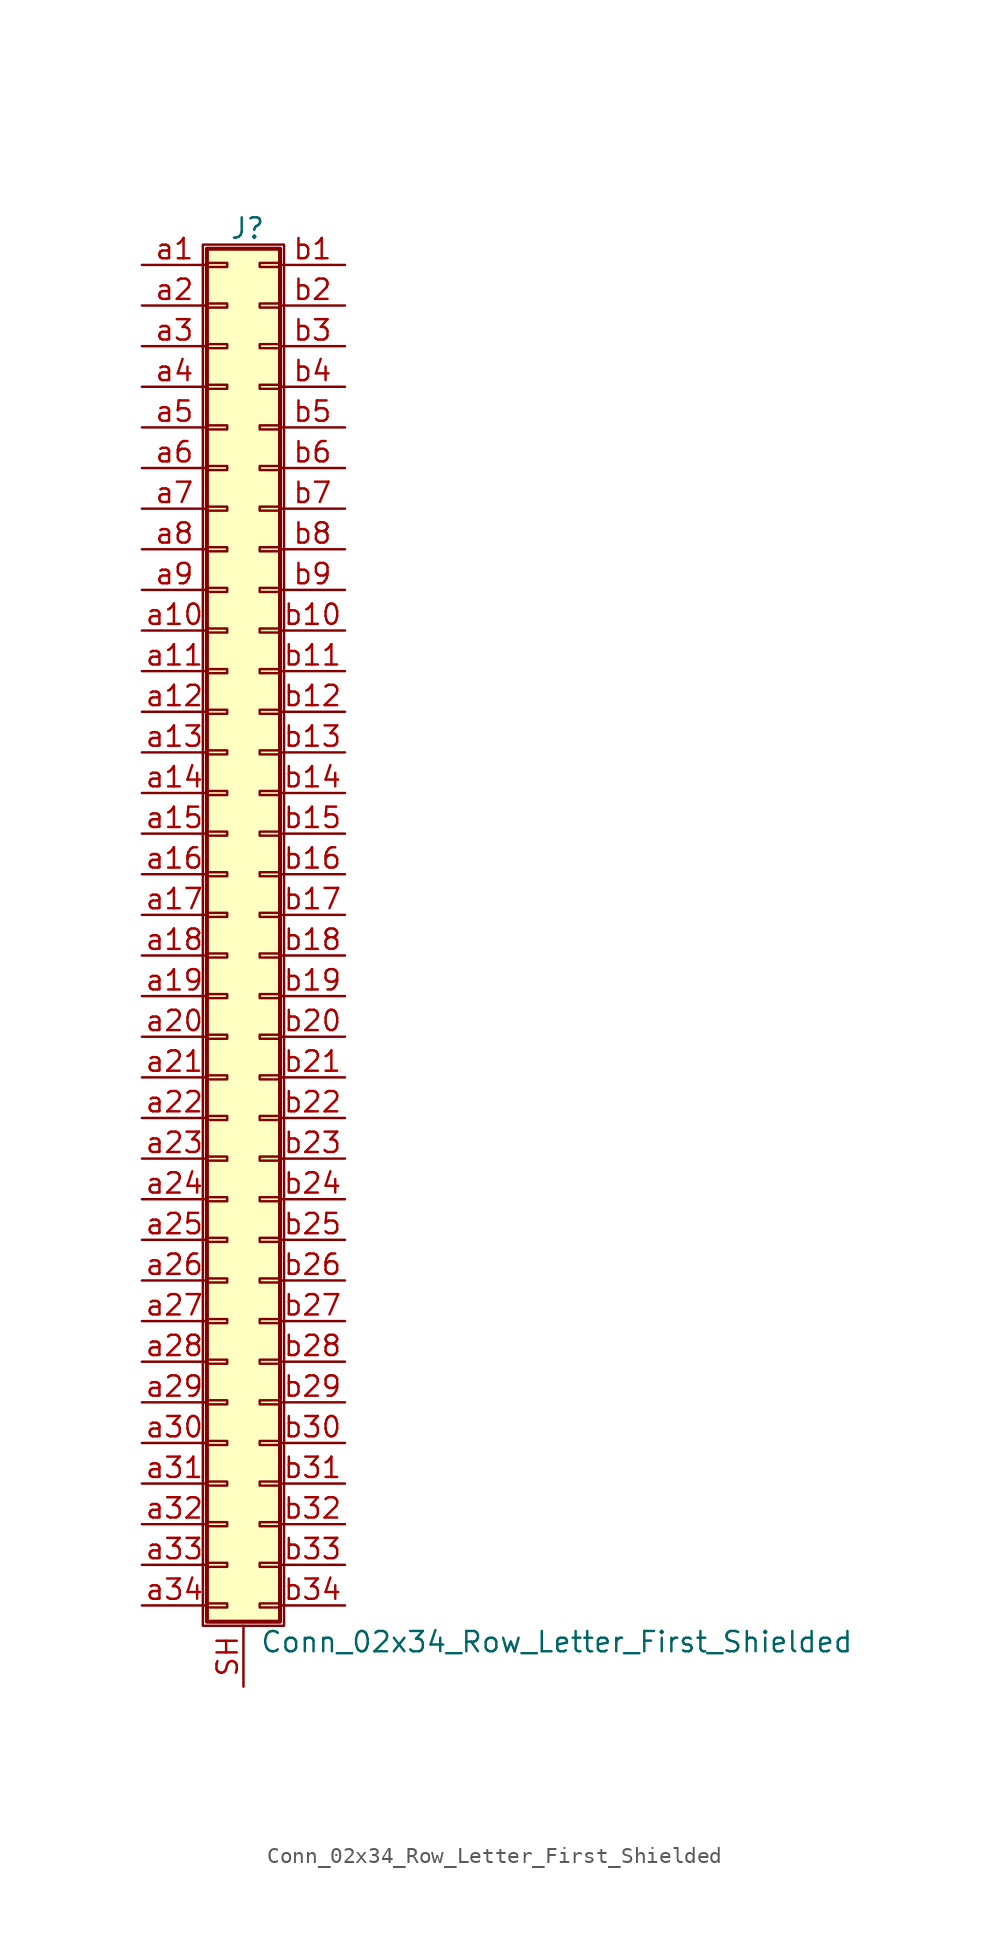
<source format=kicad_sym>
(kicad_symbol_lib
  (version 20201005)
  (generator kicad_symbol_editor)
  (symbol "Conn_02x34_Row_Letter_First_Shielded"
    (pin_names
      (offset 1.016) hide)
    (property "Reference" "J"
      (at 1.524 42.926 0)
      (effects (font (size 1.27 1.27))))
    (property "Value" "Conn_02x34_Row_Letter_First_Shielded"
      (at 2.286 -45.466 0)
      (effects (font (size 1.27 1.27)) (justify left)))
    (symbol "Conn_02x34_Row_Letter_First_Shielded_1_1"
      (rectangle (start -1.27 41.91) (end 3.81 -44.45) (stroke (width 0.152)) (fill (type none)))
      (rectangle (start -1.016 -43.053) (end 0.254 -43.307) (stroke (width 0.152)) (fill (type none)))
      (rectangle (start -1.016 -40.513) (end 0.254 -40.767) (stroke (width 0.152)) (fill (type none)))
      (rectangle (start -1.016 -37.973) (end 0.254 -38.227) (stroke (width 0.152)) (fill (type none)))
      (rectangle (start -1.016 -35.433) (end 0.254 -35.687) (stroke (width 0.152)) (fill (type none)))
      (rectangle (start -1.016 -32.893) (end 0.254 -33.147) (stroke (width 0.152)) (fill (type none)))
      (rectangle (start -1.016 -30.353) (end 0.254 -30.607) (stroke (width 0.152)) (fill (type none)))
      (rectangle (start -1.016 -27.813) (end 0.254 -28.067) (stroke (width 0.152)) (fill (type none)))
      (rectangle (start -1.016 -25.273) (end 0.254 -25.527) (stroke (width 0.152)) (fill (type none)))
      (rectangle (start -1.016 -22.733) (end 0.254 -22.987) (stroke (width 0.152)) (fill (type none)))
      (rectangle (start -1.016 -20.193) (end 0.254 -20.447) (stroke (width 0.152)) (fill (type none)))
      (rectangle (start -1.016 -17.653) (end 0.254 -17.907) (stroke (width 0.152)) (fill (type none)))
      (rectangle (start -1.016 -15.113) (end 0.254 -15.367) (stroke (width 0.152)) (fill (type none)))
      (rectangle (start -1.016 -12.573) (end 0.254 -12.827) (stroke (width 0.152)) (fill (type none)))
      (rectangle (start -1.016 -10.033) (end 0.254 -10.287) (stroke (width 0.152)) (fill (type none)))
      (rectangle (start -1.016 -7.493) (end 0.254 -7.747) (stroke (width 0.152)) (fill (type none)))
      (rectangle (start -1.016 -4.953) (end 0.254 -5.207) (stroke (width 0.152)) (fill (type none)))
      (rectangle (start -1.016 -2.413) (end 0.254 -2.667) (stroke (width 0.152)) (fill (type none)))
      (rectangle (start -1.016 0.127) (end 0.254 -0.127) (stroke (width 0.152)) (fill (type none)))
      (rectangle (start -1.016 2.667) (end 0.254 2.413) (stroke (width 0.152)) (fill (type none)))
      (rectangle (start -1.016 5.207) (end 0.254 4.953) (stroke (width 0.152)) (fill (type none)))
      (rectangle (start -1.016 7.747) (end 0.254 7.493) (stroke (width 0.152)) (fill (type none)))
      (rectangle (start -1.016 10.287) (end 0.254 10.033) (stroke (width 0.152)) (fill (type none)))
      (rectangle (start -1.016 12.827) (end 0.254 12.573) (stroke (width 0.152)) (fill (type none)))
      (rectangle (start -1.016 15.367) (end 0.254 15.113) (stroke (width 0.152)) (fill (type none)))
      (rectangle (start -1.016 17.907) (end 0.254 17.653) (stroke (width 0.152)) (fill (type none)))
      (rectangle (start -1.016 20.447) (end 0.254 20.193) (stroke (width 0.152)) (fill (type none)))
      (rectangle (start -1.016 22.987) (end 0.254 22.733) (stroke (width 0.152)) (fill (type none)))
      (rectangle (start -1.016 25.527) (end 0.254 25.273) (stroke (width 0.152)) (fill (type none)))
      (rectangle (start -1.016 28.067) (end 0.254 27.813) (stroke (width 0.152)) (fill (type none)))
      (rectangle (start -1.016 30.607) (end 0.254 30.353) (stroke (width 0.152)) (fill (type none)))
      (rectangle (start -1.016 33.147) (end 0.254 32.893) (stroke (width 0.152)) (fill (type none)))
      (rectangle (start -1.016 35.687) (end 0.254 35.433) (stroke (width 0.152)) (fill (type none)))
      (rectangle (start -1.016 38.227) (end 0.254 37.973) (stroke (width 0.152)) (fill (type none)))
      (rectangle (start -1.016 40.767) (end 0.254 40.513) (stroke (width 0.152)) (fill (type none)))
      (rectangle (start 3.556 -43.053) (end 2.286 -43.307) (stroke (width 0.152)) (fill (type none)))
      (rectangle (start 3.556 -40.513) (end 2.286 -40.767) (stroke (width 0.152)) (fill (type none)))
      (rectangle (start 3.556 -37.973) (end 2.286 -38.227) (stroke (width 0.152)) (fill (type none)))
      (rectangle (start 3.556 -35.433) (end 2.286 -35.687) (stroke (width 0.152)) (fill (type none)))
      (rectangle (start 3.556 -32.893) (end 2.286 -33.147) (stroke (width 0.152)) (fill (type none)))
      (rectangle (start 3.556 -30.353) (end 2.286 -30.607) (stroke (width 0.152)) (fill (type none)))
      (rectangle (start 3.556 -27.813) (end 2.286 -28.067) (stroke (width 0.152)) (fill (type none)))
      (rectangle (start 3.556 -25.273) (end 2.286 -25.527) (stroke (width 0.152)) (fill (type none)))
      (rectangle (start 3.556 -22.733) (end 2.286 -22.987) (stroke (width 0.152)) (fill (type none)))
      (rectangle (start 3.556 -20.193) (end 2.286 -20.447) (stroke (width 0.152)) (fill (type none)))
      (rectangle (start 3.556 -17.653) (end 2.286 -17.907) (stroke (width 0.152)) (fill (type none)))
      (rectangle (start 3.556 -15.113) (end 2.286 -15.367) (stroke (width 0.152)) (fill (type none)))
      (rectangle (start 3.556 -12.573) (end 2.286 -12.827) (stroke (width 0.152)) (fill (type none)))
      (rectangle (start 3.556 -10.033) (end 2.286 -10.287) (stroke (width 0.152)) (fill (type none)))
      (rectangle (start 3.556 -7.493) (end 2.286 -7.747) (stroke (width 0.152)) (fill (type none)))
      (rectangle (start 3.556 -4.953) (end 2.286 -5.207) (stroke (width 0.152)) (fill (type none)))
      (rectangle (start 3.556 -2.413) (end 2.286 -2.667) (stroke (width 0.152)) (fill (type none)))
      (rectangle (start 3.556 0.127) (end 2.286 -0.127) (stroke (width 0.152)) (fill (type none)))
      (rectangle (start 3.556 2.667) (end 2.286 2.413) (stroke (width 0.152)) (fill (type none)))
      (rectangle (start 3.556 5.207) (end 2.286 4.953) (stroke (width 0.152)) (fill (type none)))
      (rectangle (start 3.556 7.747) (end 2.286 7.493) (stroke (width 0.152)) (fill (type none)))
      (rectangle (start 3.556 10.287) (end 2.286 10.033) (stroke (width 0.152)) (fill (type none)))
      (rectangle (start 3.556 12.827) (end 2.286 12.573) (stroke (width 0.152)) (fill (type none)))
      (rectangle (start 3.556 15.367) (end 2.286 15.113) (stroke (width 0.152)) (fill (type none)))
      (rectangle (start 3.556 17.907) (end 2.286 17.653) (stroke (width 0.152)) (fill (type none)))
      (rectangle (start 3.556 20.447) (end 2.286 20.193) (stroke (width 0.152)) (fill (type none)))
      (rectangle (start 3.556 22.987) (end 2.286 22.733) (stroke (width 0.152)) (fill (type none)))
      (rectangle (start 3.556 25.527) (end 2.286 25.273) (stroke (width 0.152)) (fill (type none)))
      (rectangle (start 3.556 28.067) (end 2.286 27.813) (stroke (width 0.152)) (fill (type none)))
      (rectangle (start 3.556 30.607) (end 2.286 30.353) (stroke (width 0.152)) (fill (type none)))
      (rectangle (start 3.556 33.147) (end 2.286 32.893) (stroke (width 0.152)) (fill (type none)))
      (rectangle (start 3.556 35.687) (end 2.286 35.433) (stroke (width 0.152)) (fill (type none)))
      (rectangle (start 3.556 38.227) (end 2.286 37.973) (stroke (width 0.152)) (fill (type none)))
      (rectangle (start 3.556 40.767) (end 2.286 40.513) (stroke (width 0.152)) (fill (type none)))
      (rectangle (start -1.016 41.656) (end 3.556 -44.196) (stroke (width 0.254)) (fill (type background)))
      (pin passive line (at 1.27 -48.26 90) (length 3.81) (name "Shield" (effects (font (size 1.27 1.27)))) (number "SH" (effects (font (size 1.27 1.27)))))
      (pin passive line (at -5.08 40.64 0) (length 4.064) (name "Pin_a1" (effects (font (size 1.27 1.27)))) (number "a1" (effects (font (size 1.27 1.27)))))
      (pin passive line (at -5.08 17.78 0) (length 4.064) (name "Pin_a10" (effects (font (size 1.27 1.27)))) (number "a10" (effects (font (size 1.27 1.27)))))
      (pin passive line (at -5.08 15.24 0) (length 4.064) (name "Pin_a11" (effects (font (size 1.27 1.27)))) (number "a11" (effects (font (size 1.27 1.27)))))
      (pin passive line (at -5.08 12.7 0) (length 4.064) (name "Pin_a12" (effects (font (size 1.27 1.27)))) (number "a12" (effects (font (size 1.27 1.27)))))
      (pin passive line (at -5.08 10.16 0) (length 4.064) (name "Pin_a13" (effects (font (size 1.27 1.27)))) (number "a13" (effects (font (size 1.27 1.27)))))
      (pin passive line (at -5.08 7.62 0) (length 4.064) (name "Pin_a14" (effects (font (size 1.27 1.27)))) (number "a14" (effects (font (size 1.27 1.27)))))
      (pin passive line (at -5.08 5.08 0) (length 4.064) (name "Pin_a15" (effects (font (size 1.27 1.27)))) (number "a15" (effects (font (size 1.27 1.27)))))
      (pin passive line (at -5.08 2.54 0) (length 4.064) (name "Pin_a16" (effects (font (size 1.27 1.27)))) (number "a16" (effects (font (size 1.27 1.27)))))
      (pin passive line (at -5.08 0 0) (length 4.064) (name "Pin_a17" (effects (font (size 1.27 1.27)))) (number "a17" (effects (font (size 1.27 1.27)))))
      (pin passive line (at -5.08 -2.54 0) (length 4.064) (name "Pin_a18" (effects (font (size 1.27 1.27)))) (number "a18" (effects (font (size 1.27 1.27)))))
      (pin passive line (at -5.08 -5.08 0) (length 4.064) (name "Pin_a19" (effects (font (size 1.27 1.27)))) (number "a19" (effects (font (size 1.27 1.27)))))
      (pin passive line (at -5.08 38.1 0) (length 4.064) (name "Pin_a2" (effects (font (size 1.27 1.27)))) (number "a2" (effects (font (size 1.27 1.27)))))
      (pin passive line (at -5.08 -7.62 0) (length 4.064) (name "Pin_a20" (effects (font (size 1.27 1.27)))) (number "a20" (effects (font (size 1.27 1.27)))))
      (pin passive line (at -5.08 -10.16 0) (length 4.064) (name "Pin_a21" (effects (font (size 1.27 1.27)))) (number "a21" (effects (font (size 1.27 1.27)))))
      (pin passive line (at -5.08 -12.7 0) (length 4.064) (name "Pin_a22" (effects (font (size 1.27 1.27)))) (number "a22" (effects (font (size 1.27 1.27)))))
      (pin passive line (at -5.08 -15.24 0) (length 4.064) (name "Pin_a23" (effects (font (size 1.27 1.27)))) (number "a23" (effects (font (size 1.27 1.27)))))
      (pin passive line (at -5.08 -17.78 0) (length 4.064) (name "Pin_a24" (effects (font (size 1.27 1.27)))) (number "a24" (effects (font (size 1.27 1.27)))))
      (pin passive line (at -5.08 -20.32 0) (length 4.064) (name "Pin_a25" (effects (font (size 1.27 1.27)))) (number "a25" (effects (font (size 1.27 1.27)))))
      (pin passive line (at -5.08 -22.86 0) (length 4.064) (name "Pin_a26" (effects (font (size 1.27 1.27)))) (number "a26" (effects (font (size 1.27 1.27)))))
      (pin passive line (at -5.08 -25.4 0) (length 4.064) (name "Pin_a27" (effects (font (size 1.27 1.27)))) (number "a27" (effects (font (size 1.27 1.27)))))
      (pin passive line (at -5.08 -27.94 0) (length 4.064) (name "Pin_a28" (effects (font (size 1.27 1.27)))) (number "a28" (effects (font (size 1.27 1.27)))))
      (pin passive line (at -5.08 -30.48 0) (length 4.064) (name "Pin_a29" (effects (font (size 1.27 1.27)))) (number "a29" (effects (font (size 1.27 1.27)))))
      (pin passive line (at -5.08 35.56 0) (length 4.064) (name "Pin_a3" (effects (font (size 1.27 1.27)))) (number "a3" (effects (font (size 1.27 1.27)))))
      (pin passive line (at -5.08 -33.02 0) (length 4.064) (name "Pin_a30" (effects (font (size 1.27 1.27)))) (number "a30" (effects (font (size 1.27 1.27)))))
      (pin passive line (at -5.08 -35.56 0) (length 4.064) (name "Pin_a31" (effects (font (size 1.27 1.27)))) (number "a31" (effects (font (size 1.27 1.27)))))
      (pin passive line (at -5.08 -38.1 0) (length 4.064) (name "Pin_a32" (effects (font (size 1.27 1.27)))) (number "a32" (effects (font (size 1.27 1.27)))))
      (pin passive line (at -5.08 -40.64 0) (length 4.064) (name "Pin_a33" (effects (font (size 1.27 1.27)))) (number "a33" (effects (font (size 1.27 1.27)))))
      (pin passive line (at -5.08 -43.18 0) (length 4.064) (name "Pin_a34" (effects (font (size 1.27 1.27)))) (number "a34" (effects (font (size 1.27 1.27)))))
      (pin passive line (at -5.08 33.02 0) (length 4.064) (name "Pin_a4" (effects (font (size 1.27 1.27)))) (number "a4" (effects (font (size 1.27 1.27)))))
      (pin passive line (at -5.08 30.48 0) (length 4.064) (name "Pin_a5" (effects (font (size 1.27 1.27)))) (number "a5" (effects (font (size 1.27 1.27)))))
      (pin passive line (at -5.08 27.94 0) (length 4.064) (name "Pin_a6" (effects (font (size 1.27 1.27)))) (number "a6" (effects (font (size 1.27 1.27)))))
      (pin passive line (at -5.08 25.4 0) (length 4.064) (name "Pin_a7" (effects (font (size 1.27 1.27)))) (number "a7" (effects (font (size 1.27 1.27)))))
      (pin passive line (at -5.08 22.86 0) (length 4.064) (name "Pin_a8" (effects (font (size 1.27 1.27)))) (number "a8" (effects (font (size 1.27 1.27)))))
      (pin passive line (at -5.08 20.32 0) (length 4.064) (name "Pin_a9" (effects (font (size 1.27 1.27)))) (number "a9" (effects (font (size 1.27 1.27)))))
      (pin passive line (at 7.62 40.64 180) (length 4.064) (name "Pin_b1" (effects (font (size 1.27 1.27)))) (number "b1" (effects (font (size 1.27 1.27)))))
      (pin passive line (at 7.62 17.78 180) (length 4.064) (name "Pin_b10" (effects (font (size 1.27 1.27)))) (number "b10" (effects (font (size 1.27 1.27)))))
      (pin passive line (at 7.62 15.24 180) (length 4.064) (name "Pin_b11" (effects (font (size 1.27 1.27)))) (number "b11" (effects (font (size 1.27 1.27)))))
      (pin passive line (at 7.62 12.7 180) (length 4.064) (name "Pin_b12" (effects (font (size 1.27 1.27)))) (number "b12" (effects (font (size 1.27 1.27)))))
      (pin passive line (at 7.62 10.16 180) (length 4.064) (name "Pin_b13" (effects (font (size 1.27 1.27)))) (number "b13" (effects (font (size 1.27 1.27)))))
      (pin passive line (at 7.62 7.62 180) (length 4.064) (name "Pin_b14" (effects (font (size 1.27 1.27)))) (number "b14" (effects (font (size 1.27 1.27)))))
      (pin passive line (at 7.62 5.08 180) (length 4.064) (name "Pin_b15" (effects (font (size 1.27 1.27)))) (number "b15" (effects (font (size 1.27 1.27)))))
      (pin passive line (at 7.62 2.54 180) (length 4.064) (name "Pin_b16" (effects (font (size 1.27 1.27)))) (number "b16" (effects (font (size 1.27 1.27)))))
      (pin passive line (at 7.62 0 180) (length 4.064) (name "Pin_b17" (effects (font (size 1.27 1.27)))) (number "b17" (effects (font (size 1.27 1.27)))))
      (pin passive line (at 7.62 -2.54 180) (length 4.064) (name "Pin_b18" (effects (font (size 1.27 1.27)))) (number "b18" (effects (font (size 1.27 1.27)))))
      (pin passive line (at 7.62 -5.08 180) (length 4.064) (name "Pin_b19" (effects (font (size 1.27 1.27)))) (number "b19" (effects (font (size 1.27 1.27)))))
      (pin passive line (at 7.62 38.1 180) (length 4.064) (name "Pin_b2" (effects (font (size 1.27 1.27)))) (number "b2" (effects (font (size 1.27 1.27)))))
      (pin passive line (at 7.62 -7.62 180) (length 4.064) (name "Pin_b20" (effects (font (size 1.27 1.27)))) (number "b20" (effects (font (size 1.27 1.27)))))
      (pin passive line (at 7.62 -10.16 180) (length 4.064) (name "Pin_b21" (effects (font (size 1.27 1.27)))) (number "b21" (effects (font (size 1.27 1.27)))))
      (pin passive line (at 7.62 -12.7 180) (length 4.064) (name "Pin_b22" (effects (font (size 1.27 1.27)))) (number "b22" (effects (font (size 1.27 1.27)))))
      (pin passive line (at 7.62 -15.24 180) (length 4.064) (name "Pin_b23" (effects (font (size 1.27 1.27)))) (number "b23" (effects (font (size 1.27 1.27)))))
      (pin passive line (at 7.62 -17.78 180) (length 4.064) (name "Pin_b24" (effects (font (size 1.27 1.27)))) (number "b24" (effects (font (size 1.27 1.27)))))
      (pin passive line (at 7.62 -20.32 180) (length 4.064) (name "Pin_b25" (effects (font (size 1.27 1.27)))) (number "b25" (effects (font (size 1.27 1.27)))))
      (pin passive line (at 7.62 -22.86 180) (length 4.064) (name "Pin_b26" (effects (font (size 1.27 1.27)))) (number "b26" (effects (font (size 1.27 1.27)))))
      (pin passive line (at 7.62 -25.4 180) (length 4.064) (name "Pin_b27" (effects (font (size 1.27 1.27)))) (number "b27" (effects (font (size 1.27 1.27)))))
      (pin passive line (at 7.62 -27.94 180) (length 4.064) (name "Pin_b28" (effects (font (size 1.27 1.27)))) (number "b28" (effects (font (size 1.27 1.27)))))
      (pin passive line (at 7.62 -30.48 180) (length 4.064) (name "Pin_b29" (effects (font (size 1.27 1.27)))) (number "b29" (effects (font (size 1.27 1.27)))))
      (pin passive line (at 7.62 35.56 180) (length 4.064) (name "Pin_b3" (effects (font (size 1.27 1.27)))) (number "b3" (effects (font (size 1.27 1.27)))))
      (pin passive line (at 7.62 -33.02 180) (length 4.064) (name "Pin_b30" (effects (font (size 1.27 1.27)))) (number "b30" (effects (font (size 1.27 1.27)))))
      (pin passive line (at 7.62 -35.56 180) (length 4.064) (name "Pin_b31" (effects (font (size 1.27 1.27)))) (number "b31" (effects (font (size 1.27 1.27)))))
      (pin passive line (at 7.62 -38.1 180) (length 4.064) (name "Pin_b32" (effects (font (size 1.27 1.27)))) (number "b32" (effects (font (size 1.27 1.27)))))
      (pin passive line (at 7.62 -40.64 180) (length 4.064) (name "Pin_b33" (effects (font (size 1.27 1.27)))) (number "b33" (effects (font (size 1.27 1.27)))))
      (pin passive line (at 7.62 -43.18 180) (length 4.064) (name "Pin_b34" (effects (font (size 1.27 1.27)))) (number "b34" (effects (font (size 1.27 1.27)))))
      (pin passive line (at 7.62 33.02 180) (length 4.064) (name "Pin_b4" (effects (font (size 1.27 1.27)))) (number "b4" (effects (font (size 1.27 1.27)))))
      (pin passive line (at 7.62 30.48 180) (length 4.064) (name "Pin_b5" (effects (font (size 1.27 1.27)))) (number "b5" (effects (font (size 1.27 1.27)))))
      (pin passive line (at 7.62 27.94 180) (length 4.064) (name "Pin_b6" (effects (font (size 1.27 1.27)))) (number "b6" (effects (font (size 1.27 1.27)))))
      (pin passive line (at 7.62 25.4 180) (length 4.064) (name "Pin_b7" (effects (font (size 1.27 1.27)))) (number "b7" (effects (font (size 1.27 1.27)))))
      (pin passive line (at 7.62 22.86 180) (length 4.064) (name "Pin_b8" (effects (font (size 1.27 1.27)))) (number "b8" (effects (font (size 1.27 1.27)))))
      (pin passive line (at 7.62 20.32 180) (length 4.064) (name "Pin_b9" (effects (font (size 1.27 1.27)))) (number "b9" (effects (font (size 1.27 1.27))))))))
</source>
